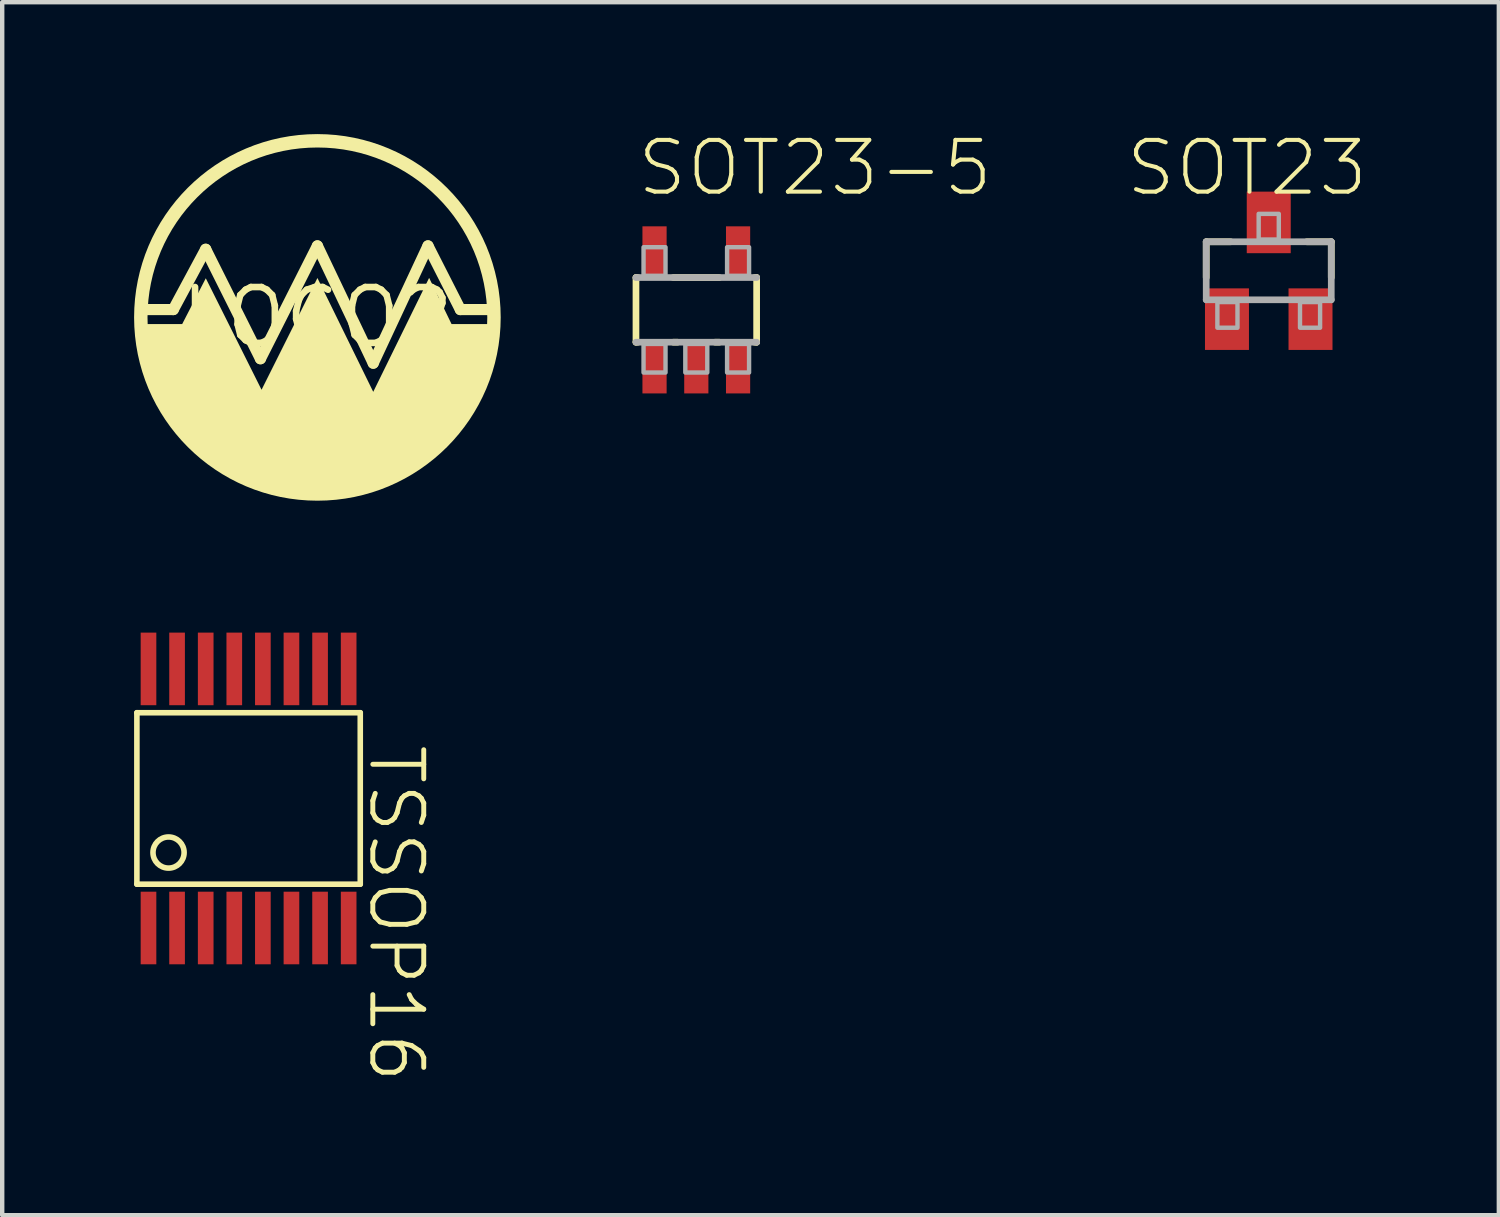
<source format=kicad_pcb>
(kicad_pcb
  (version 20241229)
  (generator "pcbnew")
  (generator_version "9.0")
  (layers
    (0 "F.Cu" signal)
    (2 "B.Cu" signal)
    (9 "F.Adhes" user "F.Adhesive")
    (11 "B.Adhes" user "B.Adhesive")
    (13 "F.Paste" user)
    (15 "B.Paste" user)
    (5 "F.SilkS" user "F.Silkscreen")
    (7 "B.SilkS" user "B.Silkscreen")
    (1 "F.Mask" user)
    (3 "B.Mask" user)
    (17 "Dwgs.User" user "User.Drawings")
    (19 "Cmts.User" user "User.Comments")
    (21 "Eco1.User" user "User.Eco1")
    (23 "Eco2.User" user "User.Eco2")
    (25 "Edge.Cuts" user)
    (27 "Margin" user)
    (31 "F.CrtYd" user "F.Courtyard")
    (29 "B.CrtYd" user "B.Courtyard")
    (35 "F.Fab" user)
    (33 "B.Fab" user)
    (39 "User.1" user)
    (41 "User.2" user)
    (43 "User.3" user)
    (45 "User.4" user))
  (footprint "TSSOP16"
    (layer "F.Cu")
    (at 2.603 15.108)
    (property "Reference" "TSSOP16" (at 2.678 -1.292 270) (unlocked yes) (layer "F.SilkS") (effects (font (size 1.158 1.158) (thickness 0.112)) (justify left bottom)))
    (fp_line (start -2.54 -1.95) (end -2.54 1.95) (stroke (width 0.127) (type solid)) (layer "F.SilkS"))
    (fp_line (start 2.54 -1.95) (end -2.54 -1.95) (stroke (width 0.127) (type solid)) (layer "F.SilkS"))
    (fp_line (start 2.54 -1.95) (end 2.54 1.95) (stroke (width 0.127) (type solid)) (layer "F.SilkS"))
    (fp_line (start 2.54 1.95) (end -2.54 1.95) (stroke (width 0.127) (type solid)) (layer "F.SilkS"))
    (fp_circle (center -1.82 1.23) (end -1.466 1.23) (stroke (width 0.127) (type solid)) (fill no) (layer "F.SilkS"))
    (pad "1" smd rect (at -2.276 2.946) (size 0.356 1.651) (layers "F.Cu" "F.Mask" "F.Paste"))
    (pad "2" smd rect (at -1.626 2.946) (size 0.356 1.651) (layers "F.Cu" "F.Mask" "F.Paste"))
    (pad "3" smd rect (at -0.975 2.946) (size 0.356 1.651) (layers "F.Cu" "F.Mask" "F.Paste"))
    (pad "4" smd rect (at -0.325 2.946) (size 0.356 1.651) (layers "F.Cu" "F.Mask" "F.Paste"))
    (pad "5" smd rect (at 0.325 2.946) (size 0.356 1.651) (layers "F.Cu" "F.Mask" "F.Paste"))
    (pad "6" smd rect (at 0.975 2.946) (size 0.356 1.651) (layers "F.Cu" "F.Mask" "F.Paste"))
    (pad "7" smd rect (at 1.626 2.946) (size 0.356 1.651) (layers "F.Cu" "F.Mask" "F.Paste"))
    (pad "8" smd rect (at 2.276 2.946) (size 0.356 1.651) (layers "F.Cu" "F.Mask" "F.Paste"))
    (pad "9" smd rect (at 2.276 -2.946 180) (size 0.356 1.651) (layers "F.Cu" "F.Mask" "F.Paste"))
    (pad "10" smd rect (at 1.626 -2.946 180) (size 0.356 1.651) (layers "F.Cu" "F.Mask" "F.Paste"))
    (pad "11" smd rect (at 0.975 -2.946 180) (size 0.356 1.651) (layers "F.Cu" "F.Mask" "F.Paste"))
    (pad "12" smd rect (at 0.325 -2.946 180) (size 0.356 1.651) (layers "F.Cu" "F.Mask" "F.Paste"))
    (pad "13" smd rect (at -0.325 -2.946 180) (size 0.356 1.651) (layers "F.Cu" "F.Mask" "F.Paste"))
    (pad "14" smd rect (at -0.975 -2.946 180) (size 0.356 1.651) (layers "F.Cu" "F.Mask" "F.Paste"))
    (pad "15" smd rect (at -1.626 -2.946 180) (size 0.356 1.651) (layers "F.Cu" "F.Mask" "F.Paste"))
    (pad "16" smd rect (at -2.276 -2.946 180) (size 0.356 1.651) (layers "F.Cu" "F.Mask" "F.Paste")))
  (footprint "SOT23"
    (layer "F.Cu")
    (at 25.803 3.108)
    (property "Reference" "SOT23" (at -3.302 -1.651 0) (unlocked yes) (layer "F.SilkS") (effects (font (size 1.177 1.177) (thickness 0.093)) (justify left bottom)))
    (fp_line (start -1.422 -0.66) (end -0.864 -0.66) (stroke (width 0.152) (type solid)) (layer "F.SilkS"))
    (fp_line (start -1.422 0.152) (end -1.422 -0.66) (stroke (width 0.152) (type solid)) (layer "F.SilkS"))
    (fp_line (start 0.864 -0.66) (end 1.422 -0.66) (stroke (width 0.152) (type solid)) (layer "F.SilkS"))
    (fp_line (start 1.422 -0.66) (end 1.422 0.152) (stroke (width 0.152) (type solid)) (layer "F.SilkS"))
    (fp_line (start -1.422 -0.66) (end 1.422 -0.66) (stroke (width 0.152) (type solid)) (layer "F.Fab"))
    (fp_line (start -1.422 0.66) (end -1.422 -0.66) (stroke (width 0.152) (type solid)) (layer "F.Fab"))
    (fp_line (start 1.422 -0.66) (end 1.422 0.66) (stroke (width 0.152) (type solid)) (layer "F.Fab"))
    (fp_line (start 1.422 0.66) (end -1.422 0.66) (stroke (width 0.152) (type solid)) (layer "F.Fab"))
    (fp_poly (pts (xy -1.168 1.295) (xy -0.711 1.295) (xy -0.711 0.711) (xy -1.168 0.711)) (stroke (width 0.1) (type default)) (fill no) (layer "F.Fab"))
    (fp_poly (pts (xy -0.229 -0.711) (xy 0.229 -0.711) (xy 0.229 -1.295) (xy -0.229 -1.295)) (stroke (width 0.1) (type default)) (fill no) (layer "F.Fab"))
    (fp_poly (pts (xy 0.711 1.295) (xy 1.168 1.295) (xy 1.168 0.711) (xy 0.711 0.711)) (stroke (width 0.1) (type default)) (fill no) (layer "F.Fab"))
    (pad "1" smd rect (at -0.95 1.1) (size 1 1.4) (layers "F.Cu" "F.Mask" "F.Paste"))
    (pad "2" smd rect (at 0.95 1.1) (size 1 1.4) (layers "F.Cu" "F.Mask" "F.Paste"))
    (pad "3" smd rect (at 0 -1.1) (size 1 1.4) (layers "F.Cu" "F.Mask" "F.Paste")))
  (footprint "LOGO2"
    (layer "F.Cu")
    (at 4.168 4.168)
    (property "Reference" "LOGO2" (at 0 0 0) (layer "F.SilkS") (effects (font (size 1.27 1.27) (thickness 0.15))))
    (fp_line (start -3.912 -0.178) (end -3.277 -0.178) (stroke (width 0.254) (type solid)) (layer "F.SilkS"))
    (fp_line (start -3.277 -0.178) (end -2.54 -1.549) (stroke (width 0.254) (type solid)) (layer "F.SilkS"))
    (fp_line (start -2.54 -1.549) (end -1.295 0.94) (stroke (width 0.254) (type solid)) (layer "F.SilkS"))
    (fp_line (start -1.295 0.94) (end 0 -1.626) (stroke (width 0.254) (type solid)) (layer "F.SilkS"))
    (fp_line (start 0 -1.626) (end 1.27 1.041) (stroke (width 0.254) (type solid)) (layer "F.SilkS"))
    (fp_line (start 1.27 1.041) (end 2.515 -1.626) (stroke (width 0.254) (type solid)) (layer "F.SilkS"))
    (fp_line (start 2.515 -1.626) (end 3.251 -0.178) (stroke (width 0.254) (type solid)) (layer "F.SilkS"))
    (fp_line (start 3.251 -0.178) (end 3.937 -0.178) (stroke (width 0.254) (type solid)) (layer "F.SilkS"))
    (fp_circle (center 0 0) (end 4.016 0) (stroke (width 0.305) (type solid)) (fill no) (layer "F.SilkS"))
    (fp_poly (pts (xy 3.051 0.152) (xy 4.057 0.152) (xy 3.571 1.78) (xy 2.991 2.704) (xy 2.148 3.336) (xy 1.185 3.778) (xy 0.111 4.04) (xy -0.946 3.934) (xy -2.049 3.462) (xy -3.019 2.624) (xy -3.542 1.786) (xy -3.882 1.001) (xy -3.988 0.315) (xy -3.988 0.152) (xy -3.075 0.152) (xy -2.538 -0.89) (xy -1.27 1.646) (xy 0.001 -0.896) (xy 1.27 1.693) (xy 2.541 -0.899)) (stroke (width 0) (type default)) (fill yes) (layer "F.SilkS")))
  (footprint "SOT23-5"
    (layer "F.Cu")
    (at 12.785 3.997)
    (property "Reference" "SOT23-5" (at -1.397 -2.54 0) (unlocked yes) (layer "F.SilkS") (effects (font (size 1.177 1.177) (thickness 0.093)) (justify left bottom)))
    (fp_line (start -1.372 -0.735) (end -1.328 -0.735) (stroke (width 0.152) (type solid)) (layer "F.SilkS"))
    (fp_line (start -1.372 0.735) (end -1.372 -0.735) (stroke (width 0.152) (type solid)) (layer "F.SilkS"))
    (fp_line (start -1.328 0.735) (end -1.372 0.735) (stroke (width 0.152) (type solid)) (layer "F.SilkS"))
    (fp_line (start -0.522 -0.735) (end 0.522 -0.735) (stroke (width 0.152) (type solid)) (layer "F.SilkS"))
    (fp_line (start -0.428 0.735) (end -0.522 0.735) (stroke (width 0.152) (type solid)) (layer "F.SilkS"))
    (fp_line (start 0.522 0.735) (end 0.428 0.735) (stroke (width 0.152) (type solid)) (layer "F.SilkS"))
    (fp_line (start 1.328 -0.735) (end 1.372 -0.735) (stroke (width 0.152) (type solid)) (layer "F.SilkS"))
    (fp_line (start 1.372 -0.735) (end 1.372 0.735) (stroke (width 0.152) (type solid)) (layer "F.SilkS"))
    (fp_line (start 1.372 0.735) (end 1.328 0.735) (stroke (width 0.152) (type solid)) (layer "F.SilkS"))
    (fp_line (start -1.372 -0.735) (end 1.372 -0.735) (stroke (width 0.152) (type solid)) (layer "F.Fab"))
    (fp_line (start 1.372 0.735) (end -1.372 0.735) (stroke (width 0.152) (type solid)) (layer "F.Fab"))
    (fp_poly (pts (xy -1.2 -0.775) (xy -0.7 -0.775) (xy -0.7 -1.425) (xy -1.2 -1.425)) (stroke (width 0.1) (type default)) (fill no) (layer "F.Fab"))
    (fp_poly (pts (xy -1.2 1.425) (xy -0.7 1.425) (xy -0.7 0.775) (xy -1.2 0.775)) (stroke (width 0.1) (type default)) (fill no) (layer "F.Fab"))
    (fp_poly (pts (xy -0.25 1.425) (xy 0.25 1.425) (xy 0.25 0.775) (xy -0.25 0.775)) (stroke (width 0.1) (type default)) (fill no) (layer "F.Fab"))
    (fp_poly (pts (xy 0.7 -0.775) (xy 1.2 -0.775) (xy 1.2 -1.425) (xy 0.7 -1.425)) (stroke (width 0.1) (type default)) (fill no) (layer "F.Fab"))
    (fp_poly (pts (xy 0.7 1.425) (xy 1.2 1.425) (xy 1.2 0.775) (xy 0.7 0.775)) (stroke (width 0.1) (type default)) (fill no) (layer "F.Fab"))
    (pad "1" smd rect (at -0.95 1.3) (size 0.55 1.2) (layers "F.Cu" "F.Mask" "F.Paste"))
    (pad "2" smd rect (at 0 1.3) (size 0.55 1.2) (layers "F.Cu" "F.Mask" "F.Paste"))
    (pad "3" smd rect (at 0.95 1.3) (size 0.55 1.2) (layers "F.Cu" "F.Mask" "F.Paste"))
    (pad "4" smd rect (at 0.95 -1.3) (size 0.55 1.2) (layers "F.Cu" "F.Mask" "F.Paste"))
    (pad "5" smd rect (at -0.95 -1.3) (size 0.55 1.2) (layers "F.Cu" "F.Mask" "F.Paste")))
  (gr_rect
    (start -3 -3)
    (end 31.036 24.585)
    (stroke (width 0.1) (type default))
    (fill no)
    (layer "Edge.Cuts")))
</source>
